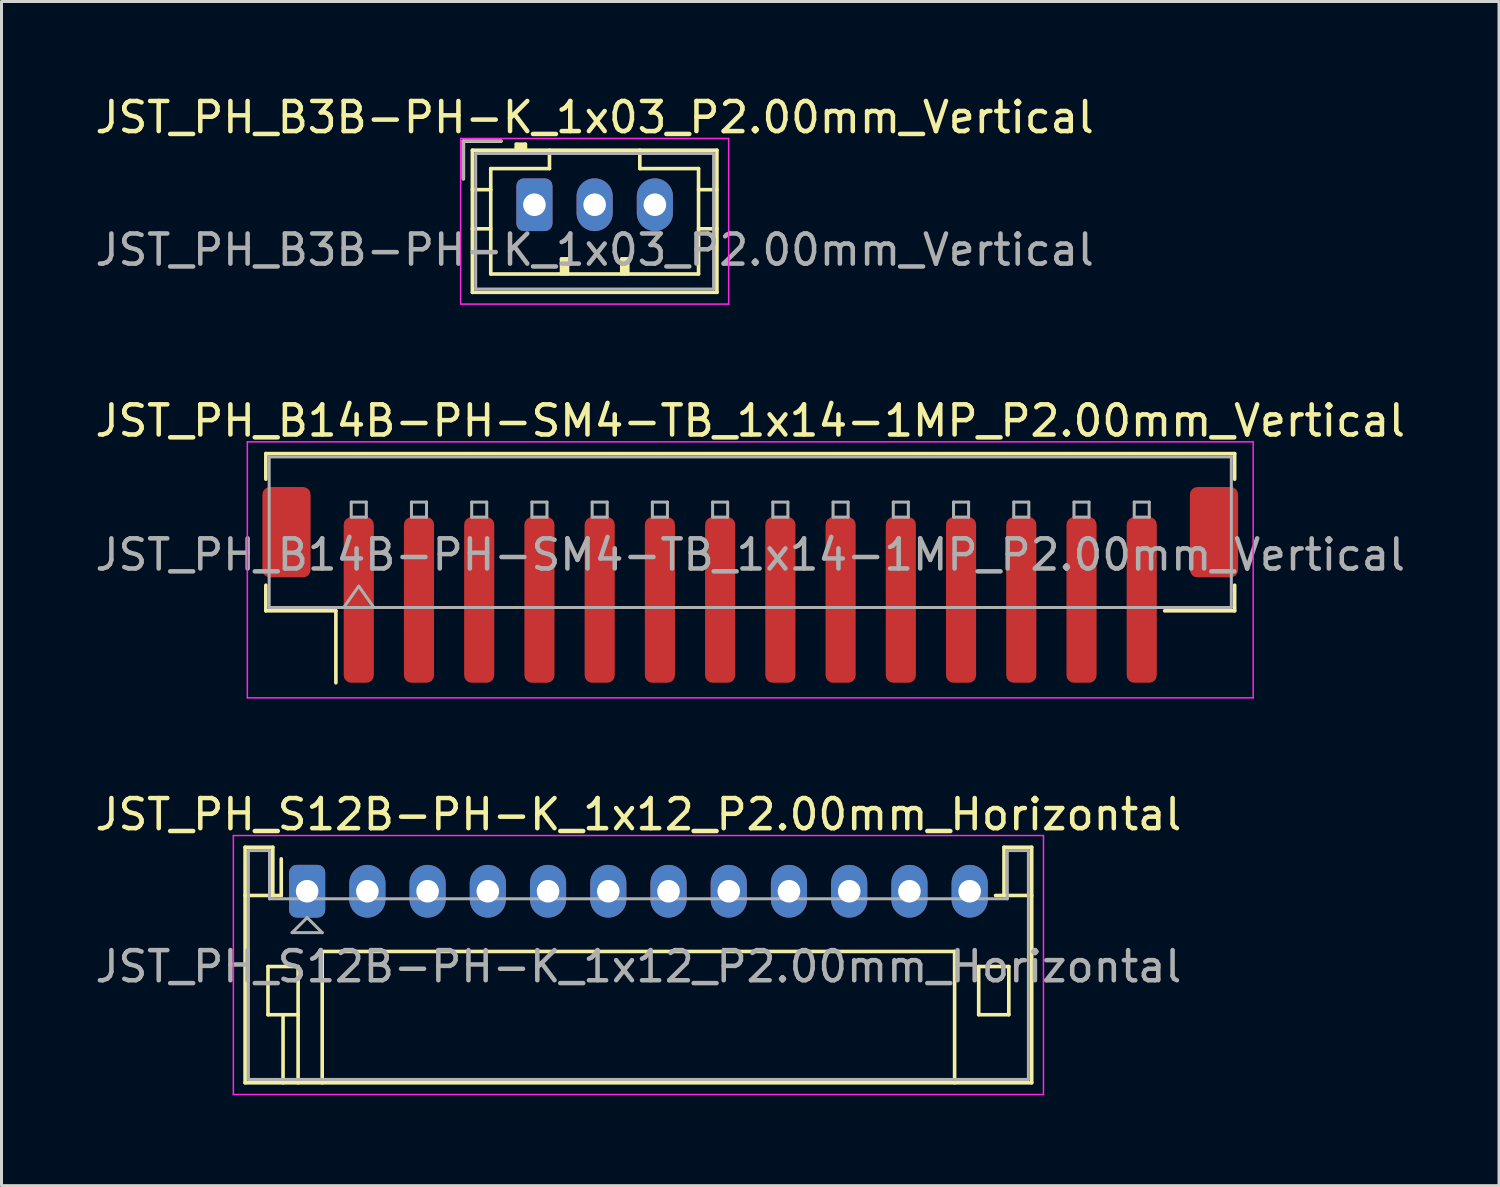
<source format=kicad_pcb>
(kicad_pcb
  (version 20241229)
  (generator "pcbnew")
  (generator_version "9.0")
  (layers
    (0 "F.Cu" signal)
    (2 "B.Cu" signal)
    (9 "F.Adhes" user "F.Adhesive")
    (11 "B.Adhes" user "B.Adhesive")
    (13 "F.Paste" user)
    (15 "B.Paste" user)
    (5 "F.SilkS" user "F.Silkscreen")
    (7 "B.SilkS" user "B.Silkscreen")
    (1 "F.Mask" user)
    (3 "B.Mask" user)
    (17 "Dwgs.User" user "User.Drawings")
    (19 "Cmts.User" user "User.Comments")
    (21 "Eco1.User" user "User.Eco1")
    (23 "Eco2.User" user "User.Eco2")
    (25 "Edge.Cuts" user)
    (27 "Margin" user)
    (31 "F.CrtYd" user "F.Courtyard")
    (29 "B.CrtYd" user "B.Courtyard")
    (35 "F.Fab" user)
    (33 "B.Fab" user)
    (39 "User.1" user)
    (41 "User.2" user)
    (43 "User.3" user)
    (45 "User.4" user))
  (footprint "JST_PH_B3B-PH-K_1x03_P2.00mm_Vertical"
    (layer "F.Cu")
    (at 14.696 3.748)
    (property "Reference" "JST_PH_B3B-PH-K_1x03_P2.00mm_Vertical" (at 2 -2.9 0) (layer "F.SilkS") (effects (font (size 1 1) (thickness 0.15))))
    (attr through_hole)
    (fp_line (start -2.36 -2.11) (end -2.36 -0.86) (stroke (width 0.12) (type solid)) (layer "F.SilkS"))
    (fp_line (start -2.06 -1.81) (end -2.06 2.91) (stroke (width 0.12) (type solid)) (layer "F.SilkS"))
    (fp_line (start -2.06 -0.5) (end -1.45 -0.5) (stroke (width 0.12) (type solid)) (layer "F.SilkS"))
    (fp_line (start -2.06 0.8) (end -1.45 0.8) (stroke (width 0.12) (type solid)) (layer "F.SilkS"))
    (fp_line (start -2.06 2.91) (end 6.06 2.91) (stroke (width 0.12) (type solid)) (layer "F.SilkS"))
    (fp_line (start -1.45 -1.2) (end -1.45 2.3) (stroke (width 0.12) (type solid)) (layer "F.SilkS"))
    (fp_line (start -1.45 2.3) (end 5.45 2.3) (stroke (width 0.12) (type solid)) (layer "F.SilkS"))
    (fp_line (start -1.11 -2.11) (end -2.36 -2.11) (stroke (width 0.12) (type solid)) (layer "F.SilkS"))
    (fp_line (start -0.6 -2.01) (end -0.6 -1.81) (stroke (width 0.12) (type solid)) (layer "F.SilkS"))
    (fp_line (start -0.3 -2.01) (end -0.6 -2.01) (stroke (width 0.12) (type solid)) (layer "F.SilkS"))
    (fp_line (start -0.3 -1.91) (end -0.6 -1.91) (stroke (width 0.12) (type solid)) (layer "F.SilkS"))
    (fp_line (start -0.3 -1.81) (end -0.3 -2.01) (stroke (width 0.12) (type solid)) (layer "F.SilkS"))
    (fp_line (start 0.5 -1.81) (end 0.5 -1.2) (stroke (width 0.12) (type solid)) (layer "F.SilkS"))
    (fp_line (start 0.5 -1.2) (end -1.45 -1.2) (stroke (width 0.12) (type solid)) (layer "F.SilkS"))
    (fp_line (start 0.9 1.8) (end 1.1 1.8) (stroke (width 0.12) (type solid)) (layer "F.SilkS"))
    (fp_line (start 0.9 2.3) (end 0.9 1.8) (stroke (width 0.12) (type solid)) (layer "F.SilkS"))
    (fp_line (start 1 2.3) (end 1 1.8) (stroke (width 0.12) (type solid)) (layer "F.SilkS"))
    (fp_line (start 1.1 1.8) (end 1.1 2.3) (stroke (width 0.12) (type solid)) (layer "F.SilkS"))
    (fp_line (start 2.9 1.8) (end 3.1 1.8) (stroke (width 0.12) (type solid)) (layer "F.SilkS"))
    (fp_line (start 2.9 2.3) (end 2.9 1.8) (stroke (width 0.12) (type solid)) (layer "F.SilkS"))
    (fp_line (start 3 2.3) (end 3 1.8) (stroke (width 0.12) (type solid)) (layer "F.SilkS"))
    (fp_line (start 3.1 1.8) (end 3.1 2.3) (stroke (width 0.12) (type solid)) (layer "F.SilkS"))
    (fp_line (start 3.5 -1.2) (end 3.5 -1.81) (stroke (width 0.12) (type solid)) (layer "F.SilkS"))
    (fp_line (start 5.45 -1.2) (end 3.5 -1.2) (stroke (width 0.12) (type solid)) (layer "F.SilkS"))
    (fp_line (start 5.45 2.3) (end 5.45 -1.2) (stroke (width 0.12) (type solid)) (layer "F.SilkS"))
    (fp_line (start 6.06 -1.81) (end -2.06 -1.81) (stroke (width 0.12) (type solid)) (layer "F.SilkS"))
    (fp_line (start 6.06 -0.5) (end 5.45 -0.5) (stroke (width 0.12) (type solid)) (layer "F.SilkS"))
    (fp_line (start 6.06 0.8) (end 5.45 0.8) (stroke (width 0.12) (type solid)) (layer "F.SilkS"))
    (fp_line (start 6.06 2.91) (end 6.06 -1.81) (stroke (width 0.12) (type solid)) (layer "F.SilkS"))
    (fp_line (start -2.45 -2.2) (end -2.45 3.3) (stroke (width 0.05) (type solid)) (layer "F.CrtYd"))
    (fp_line (start -2.45 3.3) (end 6.45 3.3) (stroke (width 0.05) (type solid)) (layer "F.CrtYd"))
    (fp_line (start 6.45 -2.2) (end -2.45 -2.2) (stroke (width 0.05) (type solid)) (layer "F.CrtYd"))
    (fp_line (start 6.45 3.3) (end 6.45 -2.2) (stroke (width 0.05) (type solid)) (layer "F.CrtYd"))
    (fp_line (start -2.36 -2.11) (end -2.36 -0.86) (stroke (width 0.1) (type solid)) (layer "F.Fab"))
    (fp_line (start -1.95 -1.7) (end -1.95 2.8) (stroke (width 0.1) (type solid)) (layer "F.Fab"))
    (fp_line (start -1.95 2.8) (end 5.95 2.8) (stroke (width 0.1) (type solid)) (layer "F.Fab"))
    (fp_line (start -1.11 -2.11) (end -2.36 -2.11) (stroke (width 0.1) (type solid)) (layer "F.Fab"))
    (fp_line (start 5.95 -1.7) (end -1.95 -1.7) (stroke (width 0.1) (type solid)) (layer "F.Fab"))
    (fp_line (start 5.95 2.8) (end 5.95 -1.7) (stroke (width 0.1) (type solid)) (layer "F.Fab"))
    (fp_text user "${REFERENCE}" (at 2 1.5 0) (layer "F.Fab") (effects (font (size 1 1) (thickness 0.15))))
    (pad "1" thru_hole roundrect (at 0 0) (size 1.2 1.75) (drill 0.75) (layers "*.Cu" "*.Mask") (roundrect_rratio 0.208))
    (pad "2" thru_hole oval (at 2 0) (size 1.2 1.75) (drill 0.75) (layers "*.Cu" "*.Mask"))
    (pad "3" thru_hole oval (at 4 0) (size 1.2 1.75) (drill 0.75) (layers "*.Cu" "*.Mask")))
  (footprint "JST_PH_B14B-PH-SM4-TB_1x14-1MP_P2.00mm_Vertical"
    (layer "F.Cu")
    (at 21.863 16.372)
    (property "Reference" "JST_PH_B14B-PH-SM4-TB_1x14-1MP_P2.00mm_Vertical" (at 0 -5.45 0) (layer "F.SilkS") (effects (font (size 1 1) (thickness 0.15))))
    (attr smd)
    (fp_line (start -16.085 -4.36) (end 16.085 -4.36) (stroke (width 0.12) (type solid)) (layer "F.SilkS"))
    (fp_line (start -16.085 -3.51) (end -16.085 -4.36) (stroke (width 0.12) (type solid)) (layer "F.SilkS"))
    (fp_line (start -16.085 0.01) (end -16.085 0.86) (stroke (width 0.12) (type solid)) (layer "F.SilkS"))
    (fp_line (start -16.085 0.86) (end -13.76 0.86) (stroke (width 0.12) (type solid)) (layer "F.SilkS"))
    (fp_line (start -13.76 0.86) (end -13.76 3.25) (stroke (width 0.12) (type solid)) (layer "F.SilkS"))
    (fp_line (start 16.085 -4.36) (end 16.085 -3.51) (stroke (width 0.12) (type solid)) (layer "F.SilkS"))
    (fp_line (start 16.085 0.01) (end 16.085 0.86) (stroke (width 0.12) (type solid)) (layer "F.SilkS"))
    (fp_line (start 16.085 0.86) (end 13.76 0.86) (stroke (width 0.12) (type solid)) (layer "F.SilkS"))
    (fp_line (start -16.7 -4.75) (end -16.7 3.75) (stroke (width 0.05) (type solid)) (layer "F.CrtYd"))
    (fp_line (start -16.7 3.75) (end 16.7 3.75) (stroke (width 0.05) (type solid)) (layer "F.CrtYd"))
    (fp_line (start 16.7 -4.75) (end -16.7 -4.75) (stroke (width 0.05) (type solid)) (layer "F.CrtYd"))
    (fp_line (start 16.7 3.75) (end 16.7 -4.75) (stroke (width 0.05) (type solid)) (layer "F.CrtYd"))
    (fp_line (start -15.975 -4.25) (end 15.975 -4.25) (stroke (width 0.1) (type solid)) (layer "F.Fab"))
    (fp_line (start -15.975 0.75) (end -15.975 -4.25) (stroke (width 0.1) (type solid)) (layer "F.Fab"))
    (fp_line (start -15.975 0.75) (end 15.975 0.75) (stroke (width 0.1) (type solid)) (layer "F.Fab"))
    (fp_line (start -13.5 0.75) (end -13 0.043) (stroke (width 0.1) (type solid)) (layer "F.Fab"))
    (fp_line (start -13.25 -2.75) (end -13.25 -2.25) (stroke (width 0.1) (type solid)) (layer "F.Fab"))
    (fp_line (start -13.25 -2.25) (end -12.75 -2.25) (stroke (width 0.1) (type solid)) (layer "F.Fab"))
    (fp_line (start -13 0.043) (end -12.5 0.75) (stroke (width 0.1) (type solid)) (layer "F.Fab"))
    (fp_line (start -12.75 -2.75) (end -13.25 -2.75) (stroke (width 0.1) (type solid)) (layer "F.Fab"))
    (fp_line (start -12.75 -2.25) (end -12.75 -2.75) (stroke (width 0.1) (type solid)) (layer "F.Fab"))
    (fp_line (start -11.25 -2.75) (end -11.25 -2.25) (stroke (width 0.1) (type solid)) (layer "F.Fab"))
    (fp_line (start -11.25 -2.25) (end -10.75 -2.25) (stroke (width 0.1) (type solid)) (layer "F.Fab"))
    (fp_line (start -10.75 -2.75) (end -11.25 -2.75) (stroke (width 0.1) (type solid)) (layer "F.Fab"))
    (fp_line (start -10.75 -2.25) (end -10.75 -2.75) (stroke (width 0.1) (type solid)) (layer "F.Fab"))
    (fp_line (start -9.25 -2.75) (end -9.25 -2.25) (stroke (width 0.1) (type solid)) (layer "F.Fab"))
    (fp_line (start -9.25 -2.25) (end -8.75 -2.25) (stroke (width 0.1) (type solid)) (layer "F.Fab"))
    (fp_line (start -8.75 -2.75) (end -9.25 -2.75) (stroke (width 0.1) (type solid)) (layer "F.Fab"))
    (fp_line (start -8.75 -2.25) (end -8.75 -2.75) (stroke (width 0.1) (type solid)) (layer "F.Fab"))
    (fp_line (start -7.25 -2.75) (end -7.25 -2.25) (stroke (width 0.1) (type solid)) (layer "F.Fab"))
    (fp_line (start -7.25 -2.25) (end -6.75 -2.25) (stroke (width 0.1) (type solid)) (layer "F.Fab"))
    (fp_line (start -6.75 -2.75) (end -7.25 -2.75) (stroke (width 0.1) (type solid)) (layer "F.Fab"))
    (fp_line (start -6.75 -2.25) (end -6.75 -2.75) (stroke (width 0.1) (type solid)) (layer "F.Fab"))
    (fp_line (start -5.25 -2.75) (end -5.25 -2.25) (stroke (width 0.1) (type solid)) (layer "F.Fab"))
    (fp_line (start -5.25 -2.25) (end -4.75 -2.25) (stroke (width 0.1) (type solid)) (layer "F.Fab"))
    (fp_line (start -4.75 -2.75) (end -5.25 -2.75) (stroke (width 0.1) (type solid)) (layer "F.Fab"))
    (fp_line (start -4.75 -2.25) (end -4.75 -2.75) (stroke (width 0.1) (type solid)) (layer "F.Fab"))
    (fp_line (start -3.25 -2.75) (end -3.25 -2.25) (stroke (width 0.1) (type solid)) (layer "F.Fab"))
    (fp_line (start -3.25 -2.25) (end -2.75 -2.25) (stroke (width 0.1) (type solid)) (layer "F.Fab"))
    (fp_line (start -2.75 -2.75) (end -3.25 -2.75) (stroke (width 0.1) (type solid)) (layer "F.Fab"))
    (fp_line (start -2.75 -2.25) (end -2.75 -2.75) (stroke (width 0.1) (type solid)) (layer "F.Fab"))
    (fp_line (start -1.25 -2.75) (end -1.25 -2.25) (stroke (width 0.1) (type solid)) (layer "F.Fab"))
    (fp_line (start -1.25 -2.25) (end -0.75 -2.25) (stroke (width 0.1) (type solid)) (layer "F.Fab"))
    (fp_line (start -0.75 -2.75) (end -1.25 -2.75) (stroke (width 0.1) (type solid)) (layer "F.Fab"))
    (fp_line (start -0.75 -2.25) (end -0.75 -2.75) (stroke (width 0.1) (type solid)) (layer "F.Fab"))
    (fp_line (start 0.75 -2.75) (end 0.75 -2.25) (stroke (width 0.1) (type solid)) (layer "F.Fab"))
    (fp_line (start 0.75 -2.25) (end 1.25 -2.25) (stroke (width 0.1) (type solid)) (layer "F.Fab"))
    (fp_line (start 1.25 -2.75) (end 0.75 -2.75) (stroke (width 0.1) (type solid)) (layer "F.Fab"))
    (fp_line (start 1.25 -2.25) (end 1.25 -2.75) (stroke (width 0.1) (type solid)) (layer "F.Fab"))
    (fp_line (start 2.75 -2.75) (end 2.75 -2.25) (stroke (width 0.1) (type solid)) (layer "F.Fab"))
    (fp_line (start 2.75 -2.25) (end 3.25 -2.25) (stroke (width 0.1) (type solid)) (layer "F.Fab"))
    (fp_line (start 3.25 -2.75) (end 2.75 -2.75) (stroke (width 0.1) (type solid)) (layer "F.Fab"))
    (fp_line (start 3.25 -2.25) (end 3.25 -2.75) (stroke (width 0.1) (type solid)) (layer "F.Fab"))
    (fp_line (start 4.75 -2.75) (end 4.75 -2.25) (stroke (width 0.1) (type solid)) (layer "F.Fab"))
    (fp_line (start 4.75 -2.25) (end 5.25 -2.25) (stroke (width 0.1) (type solid)) (layer "F.Fab"))
    (fp_line (start 5.25 -2.75) (end 4.75 -2.75) (stroke (width 0.1) (type solid)) (layer "F.Fab"))
    (fp_line (start 5.25 -2.25) (end 5.25 -2.75) (stroke (width 0.1) (type solid)) (layer "F.Fab"))
    (fp_line (start 6.75 -2.75) (end 6.75 -2.25) (stroke (width 0.1) (type solid)) (layer "F.Fab"))
    (fp_line (start 6.75 -2.25) (end 7.25 -2.25) (stroke (width 0.1) (type solid)) (layer "F.Fab"))
    (fp_line (start 7.25 -2.75) (end 6.75 -2.75) (stroke (width 0.1) (type solid)) (layer "F.Fab"))
    (fp_line (start 7.25 -2.25) (end 7.25 -2.75) (stroke (width 0.1) (type solid)) (layer "F.Fab"))
    (fp_line (start 8.75 -2.75) (end 8.75 -2.25) (stroke (width 0.1) (type solid)) (layer "F.Fab"))
    (fp_line (start 8.75 -2.25) (end 9.25 -2.25) (stroke (width 0.1) (type solid)) (layer "F.Fab"))
    (fp_line (start 9.25 -2.75) (end 8.75 -2.75) (stroke (width 0.1) (type solid)) (layer "F.Fab"))
    (fp_line (start 9.25 -2.25) (end 9.25 -2.75) (stroke (width 0.1) (type solid)) (layer "F.Fab"))
    (fp_line (start 10.75 -2.75) (end 10.75 -2.25) (stroke (width 0.1) (type solid)) (layer "F.Fab"))
    (fp_line (start 10.75 -2.25) (end 11.25 -2.25) (stroke (width 0.1) (type solid)) (layer "F.Fab"))
    (fp_line (start 11.25 -2.75) (end 10.75 -2.75) (stroke (width 0.1) (type solid)) (layer "F.Fab"))
    (fp_line (start 11.25 -2.25) (end 11.25 -2.75) (stroke (width 0.1) (type solid)) (layer "F.Fab"))
    (fp_line (start 12.75 -2.75) (end 12.75 -2.25) (stroke (width 0.1) (type solid)) (layer "F.Fab"))
    (fp_line (start 12.75 -2.25) (end 13.25 -2.25) (stroke (width 0.1) (type solid)) (layer "F.Fab"))
    (fp_line (start 13.25 -2.75) (end 12.75 -2.75) (stroke (width 0.1) (type solid)) (layer "F.Fab"))
    (fp_line (start 13.25 -2.25) (end 13.25 -2.75) (stroke (width 0.1) (type solid)) (layer "F.Fab"))
    (fp_line (start 15.975 0.75) (end 15.975 -4.25) (stroke (width 0.1) (type solid)) (layer "F.Fab"))
    (fp_text user "${REFERENCE}" (at 0 -1 0) (layer "F.Fab") (effects (font (size 1 1) (thickness 0.15))))
    (pad "1" smd roundrect (at -13 0.5) (size 1 5.5) (layers "F.Cu" "F.Mask" "F.Paste") (roundrect_rratio 0.25))
    (pad "2" smd roundrect (at -11 0.5) (size 1 5.5) (layers "F.Cu" "F.Mask" "F.Paste") (roundrect_rratio 0.25))
    (pad "3" smd roundrect (at -9 0.5) (size 1 5.5) (layers "F.Cu" "F.Mask" "F.Paste") (roundrect_rratio 0.25))
    (pad "4" smd roundrect (at -7 0.5) (size 1 5.5) (layers "F.Cu" "F.Mask" "F.Paste") (roundrect_rratio 0.25))
    (pad "5" smd roundrect (at -5 0.5) (size 1 5.5) (layers "F.Cu" "F.Mask" "F.Paste") (roundrect_rratio 0.25))
    (pad "6" smd roundrect (at -3 0.5) (size 1 5.5) (layers "F.Cu" "F.Mask" "F.Paste") (roundrect_rratio 0.25))
    (pad "7" smd roundrect (at -1 0.5) (size 1 5.5) (layers "F.Cu" "F.Mask" "F.Paste") (roundrect_rratio 0.25))
    (pad "8" smd roundrect (at 1 0.5) (size 1 5.5) (layers "F.Cu" "F.Mask" "F.Paste") (roundrect_rratio 0.25))
    (pad "9" smd roundrect (at 3 0.5) (size 1 5.5) (layers "F.Cu" "F.Mask" "F.Paste") (roundrect_rratio 0.25))
    (pad "10" smd roundrect (at 5 0.5) (size 1 5.5) (layers "F.Cu" "F.Mask" "F.Paste") (roundrect_rratio 0.25))
    (pad "11" smd roundrect (at 7 0.5) (size 1 5.5) (layers "F.Cu" "F.Mask" "F.Paste") (roundrect_rratio 0.25))
    (pad "12" smd roundrect (at 9 0.5) (size 1 5.5) (layers "F.Cu" "F.Mask" "F.Paste") (roundrect_rratio 0.25))
    (pad "13" smd roundrect (at 11 0.5) (size 1 5.5) (layers "F.Cu" "F.Mask" "F.Paste") (roundrect_rratio 0.25))
    (pad "14" smd roundrect (at 13 0.5) (size 1 5.5) (layers "F.Cu" "F.Mask" "F.Paste") (roundrect_rratio 0.25))
    (pad "MP" smd roundrect (at -15.4 -1.75) (size 1.6 3) (layers "F.Cu" "F.Mask" "F.Paste") (roundrect_rratio 0.156))
    (pad "MP" smd roundrect (at 15.4 -1.75) (size 1.6 3) (layers "F.Cu" "F.Mask" "F.Paste") (roundrect_rratio 0.156)))
  (footprint "JST_PH_S12B-PH-K_1x12_P2.00mm_Horizontal"
    (layer "F.Cu")
    (at 7.149 26.545)
    (property "Reference" "JST_PH_S12B-PH-K_1x12_P2.00mm_Horizontal" (at 11 -2.55 0) (layer "F.SilkS") (effects (font (size 1 1) (thickness 0.15))))
    (attr through_hole)
    (fp_line (start -2.06 -1.46) (end -2.06 6.36) (stroke (width 0.12) (type solid)) (layer "F.SilkS"))
    (fp_line (start -2.06 0.14) (end -1.14 0.14) (stroke (width 0.12) (type solid)) (layer "F.SilkS"))
    (fp_line (start -2.06 6.36) (end 24.06 6.36) (stroke (width 0.12) (type solid)) (layer "F.SilkS"))
    (fp_line (start -1.3 2.5) (end -1.3 4.1) (stroke (width 0.12) (type solid)) (layer "F.SilkS"))
    (fp_line (start -1.3 4.1) (end -0.3 4.1) (stroke (width 0.12) (type solid)) (layer "F.SilkS"))
    (fp_line (start -1.14 -1.46) (end -2.06 -1.46) (stroke (width 0.12) (type solid)) (layer "F.SilkS"))
    (fp_line (start -1.14 0.14) (end -1.14 -1.46) (stroke (width 0.12) (type solid)) (layer "F.SilkS"))
    (fp_line (start -0.86 0.14) (end -1.14 0.14) (stroke (width 0.12) (type solid)) (layer "F.SilkS"))
    (fp_line (start -0.86 0.14) (end -0.86 -1.075) (stroke (width 0.12) (type solid)) (layer "F.SilkS"))
    (fp_line (start -0.8 4.1) (end -0.8 6.36) (stroke (width 0.12) (type solid)) (layer "F.SilkS"))
    (fp_line (start -0.3 2.5) (end -1.3 2.5) (stroke (width 0.12) (type solid)) (layer "F.SilkS"))
    (fp_line (start -0.3 4.1) (end -0.3 2.5) (stroke (width 0.12) (type solid)) (layer "F.SilkS"))
    (fp_line (start -0.3 4.1) (end -0.3 6.36) (stroke (width 0.12) (type solid)) (layer "F.SilkS"))
    (fp_line (start 0.5 2) (end 21.5 2) (stroke (width 0.12) (type solid)) (layer "F.SilkS"))
    (fp_line (start 0.5 6.36) (end 0.5 2) (stroke (width 0.12) (type solid)) (layer "F.SilkS"))
    (fp_line (start 21.5 2) (end 21.5 6.36) (stroke (width 0.12) (type solid)) (layer "F.SilkS"))
    (fp_line (start 22.3 2.5) (end 23.3 2.5) (stroke (width 0.12) (type solid)) (layer "F.SilkS"))
    (fp_line (start 22.3 4.1) (end 22.3 2.5) (stroke (width 0.12) (type solid)) (layer "F.SilkS"))
    (fp_line (start 23.14 -1.46) (end 23.14 0.14) (stroke (width 0.12) (type solid)) (layer "F.SilkS"))
    (fp_line (start 23.14 0.14) (end 22.86 0.14) (stroke (width 0.12) (type solid)) (layer "F.SilkS"))
    (fp_line (start 23.3 2.5) (end 23.3 4.1) (stroke (width 0.12) (type solid)) (layer "F.SilkS"))
    (fp_line (start 23.3 4.1) (end 22.3 4.1) (stroke (width 0.12) (type solid)) (layer "F.SilkS"))
    (fp_line (start 24.06 -1.46) (end 23.14 -1.46) (stroke (width 0.12) (type solid)) (layer "F.SilkS"))
    (fp_line (start 24.06 0.14) (end 23.14 0.14) (stroke (width 0.12) (type solid)) (layer "F.SilkS"))
    (fp_line (start 24.06 6.36) (end 24.06 -1.46) (stroke (width 0.12) (type solid)) (layer "F.SilkS"))
    (fp_line (start -2.45 -1.85) (end -2.45 6.75) (stroke (width 0.05) (type solid)) (layer "F.CrtYd"))
    (fp_line (start -2.45 6.75) (end 24.45 6.75) (stroke (width 0.05) (type solid)) (layer "F.CrtYd"))
    (fp_line (start 24.45 -1.85) (end -2.45 -1.85) (stroke (width 0.05) (type solid)) (layer "F.CrtYd"))
    (fp_line (start 24.45 6.75) (end 24.45 -1.85) (stroke (width 0.05) (type solid)) (layer "F.CrtYd"))
    (fp_line (start -1.95 -1.35) (end -1.95 6.25) (stroke (width 0.1) (type solid)) (layer "F.Fab"))
    (fp_line (start -1.95 6.25) (end 23.95 6.25) (stroke (width 0.1) (type solid)) (layer "F.Fab"))
    (fp_line (start -1.25 -1.35) (end -1.95 -1.35) (stroke (width 0.1) (type solid)) (layer "F.Fab"))
    (fp_line (start -1.25 0.25) (end -1.25 -1.35) (stroke (width 0.1) (type solid)) (layer "F.Fab"))
    (fp_line (start -0.5 1.375) (end 0.5 1.375) (stroke (width 0.1) (type solid)) (layer "F.Fab"))
    (fp_line (start 0 0.875) (end -0.5 1.375) (stroke (width 0.1) (type solid)) (layer "F.Fab"))
    (fp_line (start 0.5 1.375) (end 0 0.875) (stroke (width 0.1) (type solid)) (layer "F.Fab"))
    (fp_line (start 23.25 -1.35) (end 23.25 0.25) (stroke (width 0.1) (type solid)) (layer "F.Fab"))
    (fp_line (start 23.25 0.25) (end -1.25 0.25) (stroke (width 0.1) (type solid)) (layer "F.Fab"))
    (fp_line (start 23.95 -1.35) (end 23.25 -1.35) (stroke (width 0.1) (type solid)) (layer "F.Fab"))
    (fp_line (start 23.95 6.25) (end 23.95 -1.35) (stroke (width 0.1) (type solid)) (layer "F.Fab"))
    (fp_text user "${REFERENCE}" (at 11 2.5 0) (layer "F.Fab") (effects (font (size 1 1) (thickness 0.15))))
    (pad "1" thru_hole roundrect (at 0 0) (size 1.2 1.75) (drill 0.75) (layers "*.Cu" "*.Mask") (roundrect_rratio 0.208))
    (pad "2" thru_hole oval (at 2 0) (size 1.2 1.75) (drill 0.75) (layers "*.Cu" "*.Mask"))
    (pad "3" thru_hole oval (at 4 0) (size 1.2 1.75) (drill 0.75) (layers "*.Cu" "*.Mask"))
    (pad "4" thru_hole oval (at 6 0) (size 1.2 1.75) (drill 0.75) (layers "*.Cu" "*.Mask"))
    (pad "5" thru_hole oval (at 8 0) (size 1.2 1.75) (drill 0.75) (layers "*.Cu" "*.Mask"))
    (pad "6" thru_hole oval (at 10 0) (size 1.2 1.75) (drill 0.75) (layers "*.Cu" "*.Mask"))
    (pad "7" thru_hole oval (at 12 0) (size 1.2 1.75) (drill 0.75) (layers "*.Cu" "*.Mask"))
    (pad "8" thru_hole oval (at 14 0) (size 1.2 1.75) (drill 0.75) (layers "*.Cu" "*.Mask"))
    (pad "9" thru_hole oval (at 16 0) (size 1.2 1.75) (drill 0.75) (layers "*.Cu" "*.Mask"))
    (pad "10" thru_hole oval (at 18 0) (size 1.2 1.75) (drill 0.75) (layers "*.Cu" "*.Mask"))
    (pad "11" thru_hole oval (at 20 0) (size 1.2 1.75) (drill 0.75) (layers "*.Cu" "*.Mask"))
    (pad "12" thru_hole oval (at 22 0) (size 1.2 1.75) (drill 0.75) (layers "*.Cu" "*.Mask")))
  (gr_rect
    (start -3 -3)
    (end 46.726 36.32)
    (stroke (width 0.1) (type default))
    (fill no)
    (layer "Edge.Cuts")))
</source>
